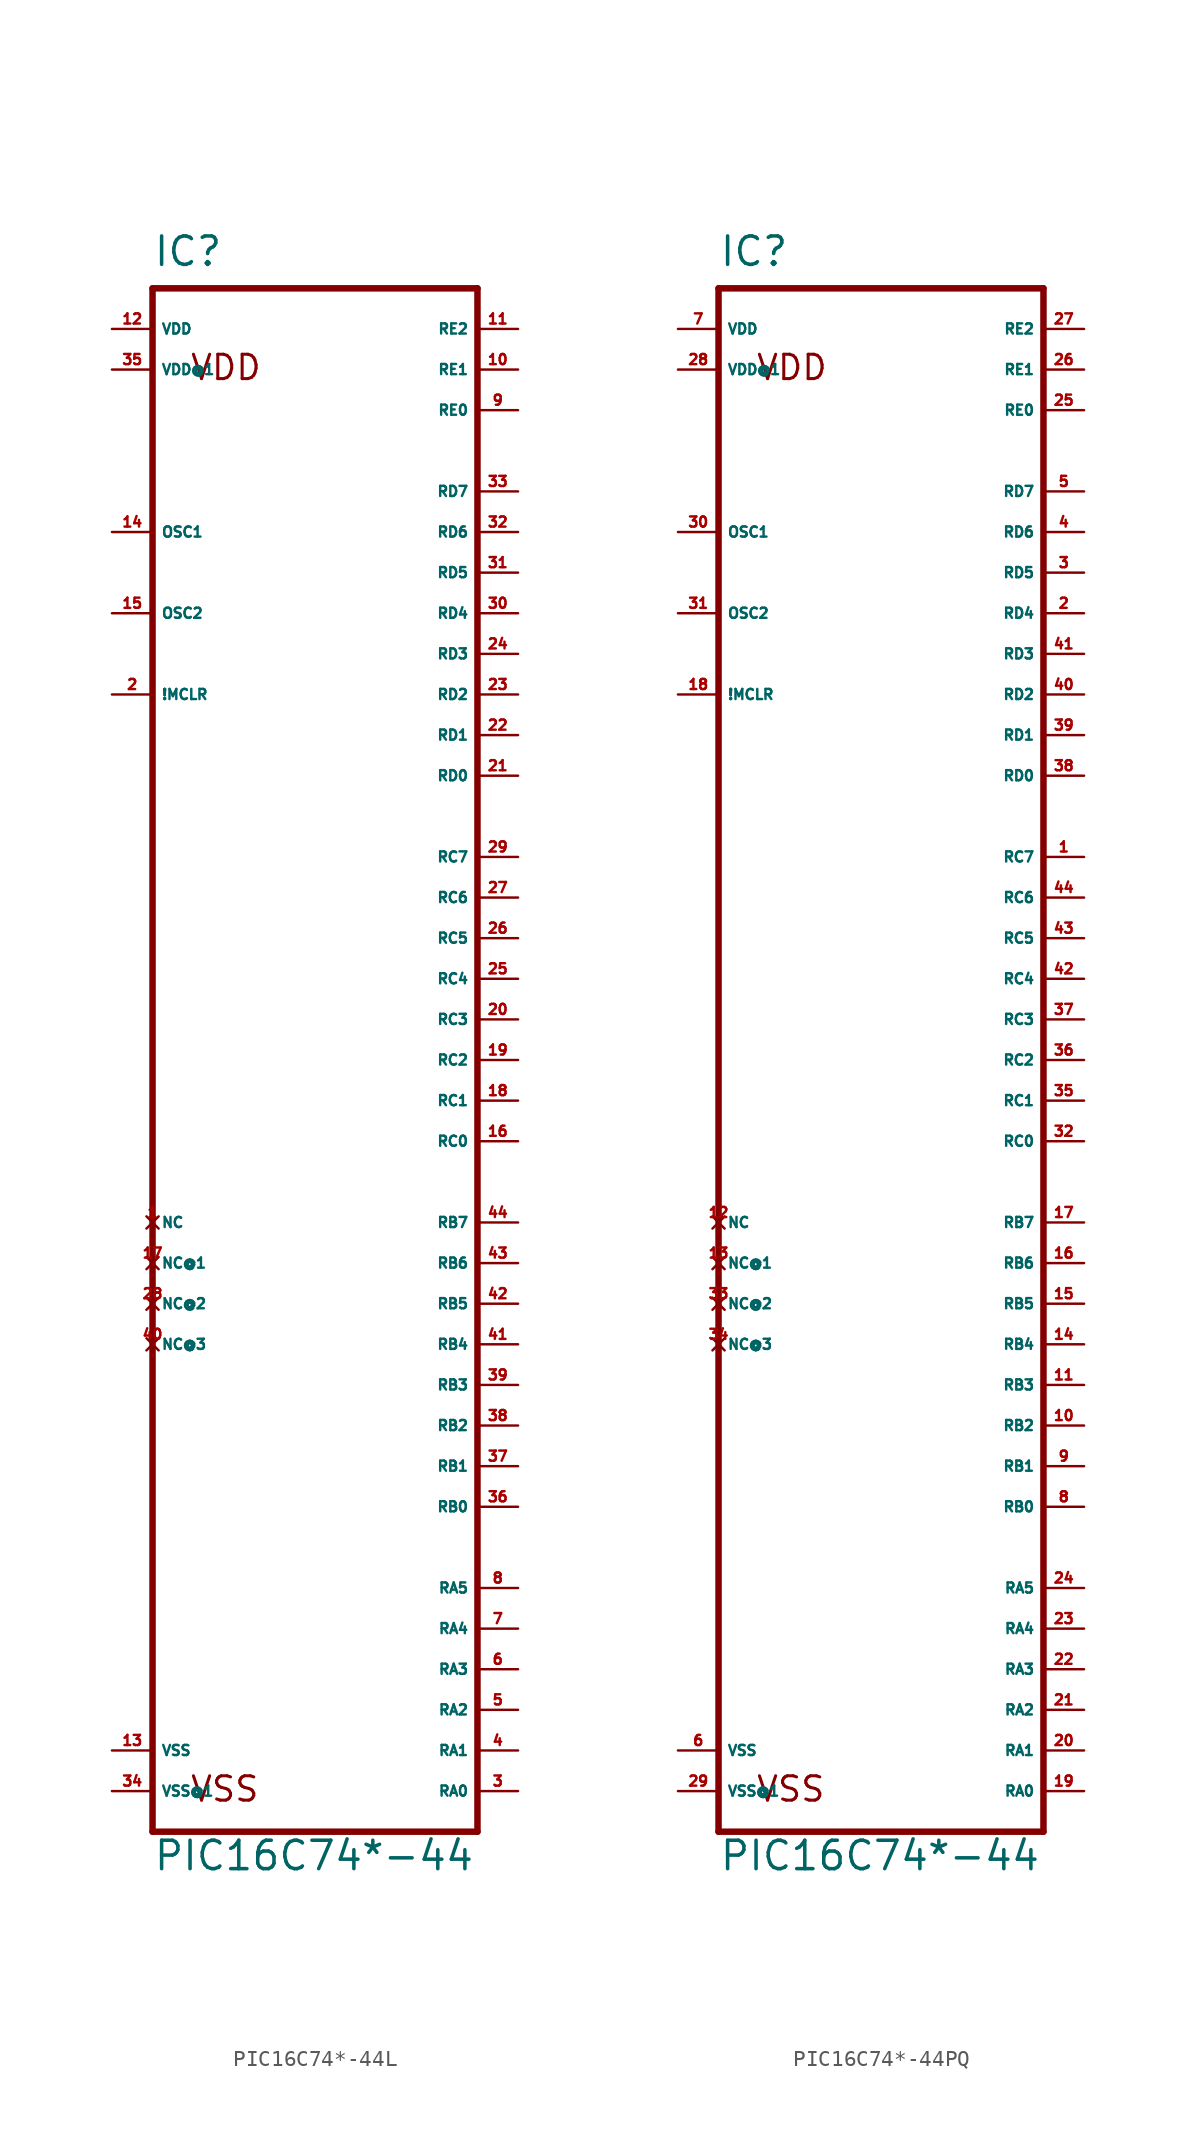
<source format=kicad_sym>
(kicad_symbol_lib
  (version 20220914)
  (generator Eagle2Kicad)
  (symbol "PIC16C74*-44L"
    (property "Reference" "IC"
      (at -10.16 44.45 0)
      (effects (font (size 1.778 1.778) (thickness 0.22)) (justify left bottom)))
    (property "Value" "PIC16C74*-44"
      (at -10.16 -55.88 0)
      (effects (font (size 1.778 1.778) (thickness 0.22)) (justify left bottom)))
    (polyline
      (pts (xy -10.16 -53.34) (xy 10.16 -53.34))
      (stroke (width 0.406) (type default))
      (fill (type none)))
    (polyline
      (pts (xy 10.16 -53.34) (xy 10.16 43.18))
      (stroke (width 0.406) (type default))
      (fill (type none)))
    (polyline
      (pts (xy 10.16 43.18) (xy -10.16 43.18))
      (stroke (width 0.406) (type default))
      (fill (type none)))
    (polyline
      (pts (xy -10.16 43.18) (xy -10.16 -53.34))
      (stroke (width 0.406) (type default))
      (fill (type none)))
    (text "VDD"
      (at -7.874 37.338 0)
      (effects (font (size 1.524 1.524) (thickness 0.19)) (justify left bottom)))
    (text "VSS"
      (at -7.874 -51.562 0)
      (effects (font (size 1.524 1.524) (thickness 0.19)) (justify left bottom)))
    (pin input line
      (at -12.7 17.78 0)
      (length 2.54)
      (name "!MCLR" (effects (font (size 0.635 0.635) (thickness 0.08)) (justify left bottom)))
      (number "2" (effects (font (size 0.635 0.635) (thickness 0.08)) (justify left bottom))))
    (pin input line
      (at -12.7 27.94 0)
      (length 2.54)
      (name "OSC1" (effects (font (size 0.635 0.635) (thickness 0.08)) (justify left bottom)))
      (number "14" (effects (font (size 0.635 0.635) (thickness 0.08)) (justify left bottom))))
    (pin bidirectional line
      (at 12.7 -50.8 180)
      (length 2.54)
      (name "RA0" (effects (font (size 0.635 0.635) (thickness 0.08)) (justify left bottom)))
      (number "3" (effects (font (size 0.635 0.635) (thickness 0.08)) (justify left bottom))))
    (pin bidirectional line
      (at 12.7 -48.26 180)
      (length 2.54)
      (name "RA1" (effects (font (size 0.635 0.635) (thickness 0.08)) (justify left bottom)))
      (number "4" (effects (font (size 0.635 0.635) (thickness 0.08)) (justify left bottom))))
    (pin bidirectional line
      (at 12.7 -45.72 180)
      (length 2.54)
      (name "RA2" (effects (font (size 0.635 0.635) (thickness 0.08)) (justify left bottom)))
      (number "5" (effects (font (size 0.635 0.635) (thickness 0.08)) (justify left bottom))))
    (pin bidirectional line
      (at 12.7 -43.18 180)
      (length 2.54)
      (name "RA3" (effects (font (size 0.635 0.635) (thickness 0.08)) (justify left bottom)))
      (number "6" (effects (font (size 0.635 0.635) (thickness 0.08)) (justify left bottom))))
    (pin bidirectional line
      (at 12.7 -30.48 180)
      (length 2.54)
      (name "RB1" (effects (font (size 0.635 0.635) (thickness 0.08)) (justify left bottom)))
      (number "37" (effects (font (size 0.635 0.635) (thickness 0.08)) (justify left bottom))))
    (pin bidirectional line
      (at 12.7 -27.94 180)
      (length 2.54)
      (name "RB2" (effects (font (size 0.635 0.635) (thickness 0.08)) (justify left bottom)))
      (number "38" (effects (font (size 0.635 0.635) (thickness 0.08)) (justify left bottom))))
    (pin bidirectional line
      (at 12.7 -25.4 180)
      (length 2.54)
      (name "RB3" (effects (font (size 0.635 0.635) (thickness 0.08)) (justify left bottom)))
      (number "39" (effects (font (size 0.635 0.635) (thickness 0.08)) (justify left bottom))))
    (pin bidirectional line
      (at 12.7 -38.1 180)
      (length 2.54)
      (name "RA5" (effects (font (size 0.635 0.635) (thickness 0.08)) (justify left bottom)))
      (number "8" (effects (font (size 0.635 0.635) (thickness 0.08)) (justify left bottom))))
    (pin bidirectional line
      (at 12.7 -22.86 180)
      (length 2.54)
      (name "RB4" (effects (font (size 0.635 0.635) (thickness 0.08)) (justify left bottom)))
      (number "41" (effects (font (size 0.635 0.635) (thickness 0.08)) (justify left bottom))))
    (pin bidirectional line
      (at 12.7 -20.32 180)
      (length 2.54)
      (name "RB5" (effects (font (size 0.635 0.635) (thickness 0.08)) (justify left bottom)))
      (number "42" (effects (font (size 0.635 0.635) (thickness 0.08)) (justify left bottom))))
    (pin bidirectional line
      (at 12.7 -17.78 180)
      (length 2.54)
      (name "RB6" (effects (font (size 0.635 0.635) (thickness 0.08)) (justify left bottom)))
      (number "43" (effects (font (size 0.635 0.635) (thickness 0.08)) (justify left bottom))))
    (pin bidirectional line
      (at 12.7 -15.24 180)
      (length 2.54)
      (name "RB7" (effects (font (size 0.635 0.635) (thickness 0.08)) (justify left bottom)))
      (number "44" (effects (font (size 0.635 0.635) (thickness 0.08)) (justify left bottom))))
    (pin bidirectional line
      (at 12.7 -10.16 180)
      (length 2.54)
      (name "RC0" (effects (font (size 0.635 0.635) (thickness 0.08)) (justify left bottom)))
      (number "16" (effects (font (size 0.635 0.635) (thickness 0.08)) (justify left bottom))))
    (pin bidirectional line
      (at 12.7 -7.62 180)
      (length 2.54)
      (name "RC1" (effects (font (size 0.635 0.635) (thickness 0.08)) (justify left bottom)))
      (number "18" (effects (font (size 0.635 0.635) (thickness 0.08)) (justify left bottom))))
    (pin bidirectional line
      (at 12.7 -5.08 180)
      (length 2.54)
      (name "RC2" (effects (font (size 0.635 0.635) (thickness 0.08)) (justify left bottom)))
      (number "19" (effects (font (size 0.635 0.635) (thickness 0.08)) (justify left bottom))))
    (pin bidirectional line
      (at 12.7 -2.54 180)
      (length 2.54)
      (name "RC3" (effects (font (size 0.635 0.635) (thickness 0.08)) (justify left bottom)))
      (number "20" (effects (font (size 0.635 0.635) (thickness 0.08)) (justify left bottom))))
    (pin bidirectional line
      (at 12.7 12.7 180)
      (length 2.54)
      (name "RD0" (effects (font (size 0.635 0.635) (thickness 0.08)) (justify left bottom)))
      (number "21" (effects (font (size 0.635 0.635) (thickness 0.08)) (justify left bottom))))
    (pin bidirectional line
      (at 12.7 15.24 180)
      (length 2.54)
      (name "RD1" (effects (font (size 0.635 0.635) (thickness 0.08)) (justify left bottom)))
      (number "22" (effects (font (size 0.635 0.635) (thickness 0.08)) (justify left bottom))))
    (pin bidirectional line
      (at 12.7 17.78 180)
      (length 2.54)
      (name "RD2" (effects (font (size 0.635 0.635) (thickness 0.08)) (justify left bottom)))
      (number "23" (effects (font (size 0.635 0.635) (thickness 0.08)) (justify left bottom))))
    (pin bidirectional line
      (at 12.7 20.32 180)
      (length 2.54)
      (name "RD3" (effects (font (size 0.635 0.635) (thickness 0.08)) (justify left bottom)))
      (number "24" (effects (font (size 0.635 0.635) (thickness 0.08)) (justify left bottom))))
    (pin bidirectional line
      (at 12.7 22.86 180)
      (length 2.54)
      (name "RD4" (effects (font (size 0.635 0.635) (thickness 0.08)) (justify left bottom)))
      (number "30" (effects (font (size 0.635 0.635) (thickness 0.08)) (justify left bottom))))
    (pin bidirectional line
      (at 12.7 25.4 180)
      (length 2.54)
      (name "RD5" (effects (font (size 0.635 0.635) (thickness 0.08)) (justify left bottom)))
      (number "31" (effects (font (size 0.635 0.635) (thickness 0.08)) (justify left bottom))))
    (pin bidirectional line
      (at 12.7 27.94 180)
      (length 2.54)
      (name "RD6" (effects (font (size 0.635 0.635) (thickness 0.08)) (justify left bottom)))
      (number "32" (effects (font (size 0.635 0.635) (thickness 0.08)) (justify left bottom))))
    (pin bidirectional line
      (at 12.7 30.48 180)
      (length 2.54)
      (name "RD7" (effects (font (size 0.635 0.635) (thickness 0.08)) (justify left bottom)))
      (number "33" (effects (font (size 0.635 0.635) (thickness 0.08)) (justify left bottom))))
    (pin bidirectional line
      (at 12.7 35.56 180)
      (length 2.54)
      (name "RE0" (effects (font (size 0.635 0.635) (thickness 0.08)) (justify left bottom)))
      (number "9" (effects (font (size 0.635 0.635) (thickness 0.08)) (justify left bottom))))
    (pin bidirectional line
      (at 12.7 38.1 180)
      (length 2.54)
      (name "RE1" (effects (font (size 0.635 0.635) (thickness 0.08)) (justify left bottom)))
      (number "10" (effects (font (size 0.635 0.635) (thickness 0.08)) (justify left bottom))))
    (pin bidirectional line
      (at 12.7 40.64 180)
      (length 2.54)
      (name "RE2" (effects (font (size 0.635 0.635) (thickness 0.08)) (justify left bottom)))
      (number "11" (effects (font (size 0.635 0.635) (thickness 0.08)) (justify left bottom))))
    (pin no_connect line
      (at -10.16 -15.24 0)
      (length 0)
      (name "NC" (effects (font (size 0.635 0.635) (thickness 0.08)) (justify left bottom) hide))
      (number "1" (effects (font (size 0.635 0.635) (thickness 0.08)) (justify left bottom) hide)))
    (pin no_connect line
      (at -10.16 -17.78 0)
      (length 0)
      (name "NC@1" (effects (font (size 0.635 0.635) (thickness 0.08)) (justify left bottom) hide))
      (number "17" (effects (font (size 0.635 0.635) (thickness 0.08)) (justify left bottom) hide)))
    (pin no_connect line
      (at -10.16 -20.32 0)
      (length 0)
      (name "NC@2" (effects (font (size 0.635 0.635) (thickness 0.08)) (justify left bottom) hide))
      (number "28" (effects (font (size 0.635 0.635) (thickness 0.08)) (justify left bottom) hide)))
    (pin no_connect line
      (at -10.16 -22.86 0)
      (length 0)
      (name "NC@3" (effects (font (size 0.635 0.635) (thickness 0.08)) (justify left bottom) hide))
      (number "40" (effects (font (size 0.635 0.635) (thickness 0.08)) (justify left bottom) hide)))
    (pin unspecified line
      (at -12.7 40.64 0)
      (length 2.54)
      (name "VDD" (effects (font (size 0.635 0.635) (thickness 0.08)) (justify left bottom)))
      (number "12" (effects (font (size 0.635 0.635) (thickness 0.08)) (justify left bottom))))
    (pin unspecified line
      (at -12.7 38.1 0)
      (length 2.54)
      (name "VDD@1" (effects (font (size 0.635 0.635) (thickness 0.08)) (justify left bottom)))
      (number "35" (effects (font (size 0.635 0.635) (thickness 0.08)) (justify left bottom))))
    (pin unspecified line
      (at -12.7 -48.26 0)
      (length 2.54)
      (name "VSS" (effects (font (size 0.635 0.635) (thickness 0.08)) (justify left bottom)))
      (number "13" (effects (font (size 0.635 0.635) (thickness 0.08)) (justify left bottom))))
    (pin unspecified line
      (at -12.7 -50.8 0)
      (length 2.54)
      (name "VSS@1" (effects (font (size 0.635 0.635) (thickness 0.08)) (justify left bottom)))
      (number "34" (effects (font (size 0.635 0.635) (thickness 0.08)) (justify left bottom))))
    (pin bidirectional line
      (at 12.7 0 180)
      (length 2.54)
      (name "RC4" (effects (font (size 0.635 0.635) (thickness 0.08)) (justify left bottom)))
      (number "25" (effects (font (size 0.635 0.635) (thickness 0.08)) (justify left bottom))))
    (pin bidirectional line
      (at 12.7 2.54 180)
      (length 2.54)
      (name "RC5" (effects (font (size 0.635 0.635) (thickness 0.08)) (justify left bottom)))
      (number "26" (effects (font (size 0.635 0.635) (thickness 0.08)) (justify left bottom))))
    (pin bidirectional line
      (at 12.7 5.08 180)
      (length 2.54)
      (name "RC6" (effects (font (size 0.635 0.635) (thickness 0.08)) (justify left bottom)))
      (number "27" (effects (font (size 0.635 0.635) (thickness 0.08)) (justify left bottom))))
    (pin bidirectional line
      (at 12.7 7.62 180)
      (length 2.54)
      (name "RC7" (effects (font (size 0.635 0.635) (thickness 0.08)) (justify left bottom)))
      (number "29" (effects (font (size 0.635 0.635) (thickness 0.08)) (justify left bottom))))
    (pin output line
      (at -12.7 22.86 0)
      (length 2.54)
      (name "OSC2" (effects (font (size 0.635 0.635) (thickness 0.08)) (justify left bottom)))
      (number "15" (effects (font (size 0.635 0.635) (thickness 0.08)) (justify left bottom))))
    (pin bidirectional line
      (at 12.7 -33.02 180)
      (length 2.54)
      (name "RB0" (effects (font (size 0.635 0.635) (thickness 0.08)) (justify left bottom)))
      (number "36" (effects (font (size 0.635 0.635) (thickness 0.08)) (justify left bottom))))
    (pin bidirectional line
      (at 12.7 -40.64 180)
      (length 2.54)
      (name "RA4" (effects (font (size 0.635 0.635) (thickness 0.08)) (justify left bottom)))
      (number "7" (effects (font (size 0.635 0.635) (thickness 0.08)) (justify left bottom)))))
  (symbol "PIC16C74*-44PQ"
    (property "Reference" "IC"
      (at -10.16 44.45 0)
      (effects (font (size 1.778 1.778) (thickness 0.22)) (justify left bottom)))
    (property "Value" "PIC16C74*-44"
      (at -10.16 -55.88 0)
      (effects (font (size 1.778 1.778) (thickness 0.22)) (justify left bottom)))
    (polyline
      (pts (xy -10.16 -53.34) (xy 10.16 -53.34))
      (stroke (width 0.406) (type default))
      (fill (type none)))
    (polyline
      (pts (xy 10.16 -53.34) (xy 10.16 43.18))
      (stroke (width 0.406) (type default))
      (fill (type none)))
    (polyline
      (pts (xy 10.16 43.18) (xy -10.16 43.18))
      (stroke (width 0.406) (type default))
      (fill (type none)))
    (polyline
      (pts (xy -10.16 43.18) (xy -10.16 -53.34))
      (stroke (width 0.406) (type default))
      (fill (type none)))
    (text "VDD"
      (at -7.874 37.338 0)
      (effects (font (size 1.524 1.524) (thickness 0.19)) (justify left bottom)))
    (text "VSS"
      (at -7.874 -51.562 0)
      (effects (font (size 1.524 1.524) (thickness 0.19)) (justify left bottom)))
    (pin input line
      (at -12.7 17.78 0)
      (length 2.54)
      (name "!MCLR" (effects (font (size 0.635 0.635) (thickness 0.08)) (justify left bottom)))
      (number "18" (effects (font (size 0.635 0.635) (thickness 0.08)) (justify left bottom))))
    (pin input line
      (at -12.7 27.94 0)
      (length 2.54)
      (name "OSC1" (effects (font (size 0.635 0.635) (thickness 0.08)) (justify left bottom)))
      (number "30" (effects (font (size 0.635 0.635) (thickness 0.08)) (justify left bottom))))
    (pin bidirectional line
      (at 12.7 -50.8 180)
      (length 2.54)
      (name "RA0" (effects (font (size 0.635 0.635) (thickness 0.08)) (justify left bottom)))
      (number "19" (effects (font (size 0.635 0.635) (thickness 0.08)) (justify left bottom))))
    (pin bidirectional line
      (at 12.7 -48.26 180)
      (length 2.54)
      (name "RA1" (effects (font (size 0.635 0.635) (thickness 0.08)) (justify left bottom)))
      (number "20" (effects (font (size 0.635 0.635) (thickness 0.08)) (justify left bottom))))
    (pin bidirectional line
      (at 12.7 -45.72 180)
      (length 2.54)
      (name "RA2" (effects (font (size 0.635 0.635) (thickness 0.08)) (justify left bottom)))
      (number "21" (effects (font (size 0.635 0.635) (thickness 0.08)) (justify left bottom))))
    (pin bidirectional line
      (at 12.7 -43.18 180)
      (length 2.54)
      (name "RA3" (effects (font (size 0.635 0.635) (thickness 0.08)) (justify left bottom)))
      (number "22" (effects (font (size 0.635 0.635) (thickness 0.08)) (justify left bottom))))
    (pin bidirectional line
      (at 12.7 -30.48 180)
      (length 2.54)
      (name "RB1" (effects (font (size 0.635 0.635) (thickness 0.08)) (justify left bottom)))
      (number "9" (effects (font (size 0.635 0.635) (thickness 0.08)) (justify left bottom))))
    (pin bidirectional line
      (at 12.7 -27.94 180)
      (length 2.54)
      (name "RB2" (effects (font (size 0.635 0.635) (thickness 0.08)) (justify left bottom)))
      (number "10" (effects (font (size 0.635 0.635) (thickness 0.08)) (justify left bottom))))
    (pin bidirectional line
      (at 12.7 -25.4 180)
      (length 2.54)
      (name "RB3" (effects (font (size 0.635 0.635) (thickness 0.08)) (justify left bottom)))
      (number "11" (effects (font (size 0.635 0.635) (thickness 0.08)) (justify left bottom))))
    (pin bidirectional line
      (at 12.7 -38.1 180)
      (length 2.54)
      (name "RA5" (effects (font (size 0.635 0.635) (thickness 0.08)) (justify left bottom)))
      (number "24" (effects (font (size 0.635 0.635) (thickness 0.08)) (justify left bottom))))
    (pin bidirectional line
      (at 12.7 -22.86 180)
      (length 2.54)
      (name "RB4" (effects (font (size 0.635 0.635) (thickness 0.08)) (justify left bottom)))
      (number "14" (effects (font (size 0.635 0.635) (thickness 0.08)) (justify left bottom))))
    (pin bidirectional line
      (at 12.7 -20.32 180)
      (length 2.54)
      (name "RB5" (effects (font (size 0.635 0.635) (thickness 0.08)) (justify left bottom)))
      (number "15" (effects (font (size 0.635 0.635) (thickness 0.08)) (justify left bottom))))
    (pin bidirectional line
      (at 12.7 -17.78 180)
      (length 2.54)
      (name "RB6" (effects (font (size 0.635 0.635) (thickness 0.08)) (justify left bottom)))
      (number "16" (effects (font (size 0.635 0.635) (thickness 0.08)) (justify left bottom))))
    (pin bidirectional line
      (at 12.7 -15.24 180)
      (length 2.54)
      (name "RB7" (effects (font (size 0.635 0.635) (thickness 0.08)) (justify left bottom)))
      (number "17" (effects (font (size 0.635 0.635) (thickness 0.08)) (justify left bottom))))
    (pin bidirectional line
      (at 12.7 -10.16 180)
      (length 2.54)
      (name "RC0" (effects (font (size 0.635 0.635) (thickness 0.08)) (justify left bottom)))
      (number "32" (effects (font (size 0.635 0.635) (thickness 0.08)) (justify left bottom))))
    (pin bidirectional line
      (at 12.7 -7.62 180)
      (length 2.54)
      (name "RC1" (effects (font (size 0.635 0.635) (thickness 0.08)) (justify left bottom)))
      (number "35" (effects (font (size 0.635 0.635) (thickness 0.08)) (justify left bottom))))
    (pin bidirectional line
      (at 12.7 -5.08 180)
      (length 2.54)
      (name "RC2" (effects (font (size 0.635 0.635) (thickness 0.08)) (justify left bottom)))
      (number "36" (effects (font (size 0.635 0.635) (thickness 0.08)) (justify left bottom))))
    (pin bidirectional line
      (at 12.7 -2.54 180)
      (length 2.54)
      (name "RC3" (effects (font (size 0.635 0.635) (thickness 0.08)) (justify left bottom)))
      (number "37" (effects (font (size 0.635 0.635) (thickness 0.08)) (justify left bottom))))
    (pin bidirectional line
      (at 12.7 12.7 180)
      (length 2.54)
      (name "RD0" (effects (font (size 0.635 0.635) (thickness 0.08)) (justify left bottom)))
      (number "38" (effects (font (size 0.635 0.635) (thickness 0.08)) (justify left bottom))))
    (pin bidirectional line
      (at 12.7 15.24 180)
      (length 2.54)
      (name "RD1" (effects (font (size 0.635 0.635) (thickness 0.08)) (justify left bottom)))
      (number "39" (effects (font (size 0.635 0.635) (thickness 0.08)) (justify left bottom))))
    (pin bidirectional line
      (at 12.7 17.78 180)
      (length 2.54)
      (name "RD2" (effects (font (size 0.635 0.635) (thickness 0.08)) (justify left bottom)))
      (number "40" (effects (font (size 0.635 0.635) (thickness 0.08)) (justify left bottom))))
    (pin bidirectional line
      (at 12.7 20.32 180)
      (length 2.54)
      (name "RD3" (effects (font (size 0.635 0.635) (thickness 0.08)) (justify left bottom)))
      (number "41" (effects (font (size 0.635 0.635) (thickness 0.08)) (justify left bottom))))
    (pin bidirectional line
      (at 12.7 22.86 180)
      (length 2.54)
      (name "RD4" (effects (font (size 0.635 0.635) (thickness 0.08)) (justify left bottom)))
      (number "2" (effects (font (size 0.635 0.635) (thickness 0.08)) (justify left bottom))))
    (pin bidirectional line
      (at 12.7 25.4 180)
      (length 2.54)
      (name "RD5" (effects (font (size 0.635 0.635) (thickness 0.08)) (justify left bottom)))
      (number "3" (effects (font (size 0.635 0.635) (thickness 0.08)) (justify left bottom))))
    (pin bidirectional line
      (at 12.7 27.94 180)
      (length 2.54)
      (name "RD6" (effects (font (size 0.635 0.635) (thickness 0.08)) (justify left bottom)))
      (number "4" (effects (font (size 0.635 0.635) (thickness 0.08)) (justify left bottom))))
    (pin bidirectional line
      (at 12.7 30.48 180)
      (length 2.54)
      (name "RD7" (effects (font (size 0.635 0.635) (thickness 0.08)) (justify left bottom)))
      (number "5" (effects (font (size 0.635 0.635) (thickness 0.08)) (justify left bottom))))
    (pin bidirectional line
      (at 12.7 35.56 180)
      (length 2.54)
      (name "RE0" (effects (font (size 0.635 0.635) (thickness 0.08)) (justify left bottom)))
      (number "25" (effects (font (size 0.635 0.635) (thickness 0.08)) (justify left bottom))))
    (pin bidirectional line
      (at 12.7 38.1 180)
      (length 2.54)
      (name "RE1" (effects (font (size 0.635 0.635) (thickness 0.08)) (justify left bottom)))
      (number "26" (effects (font (size 0.635 0.635) (thickness 0.08)) (justify left bottom))))
    (pin bidirectional line
      (at 12.7 40.64 180)
      (length 2.54)
      (name "RE2" (effects (font (size 0.635 0.635) (thickness 0.08)) (justify left bottom)))
      (number "27" (effects (font (size 0.635 0.635) (thickness 0.08)) (justify left bottom))))
    (pin no_connect line
      (at -10.16 -15.24 0)
      (length 0)
      (name "NC" (effects (font (size 0.635 0.635) (thickness 0.08)) (justify left bottom) hide))
      (number "12" (effects (font (size 0.635 0.635) (thickness 0.08)) (justify left bottom) hide)))
    (pin no_connect line
      (at -10.16 -17.78 0)
      (length 0)
      (name "NC@1" (effects (font (size 0.635 0.635) (thickness 0.08)) (justify left bottom) hide))
      (number "13" (effects (font (size 0.635 0.635) (thickness 0.08)) (justify left bottom) hide)))
    (pin no_connect line
      (at -10.16 -20.32 0)
      (length 0)
      (name "NC@2" (effects (font (size 0.635 0.635) (thickness 0.08)) (justify left bottom) hide))
      (number "33" (effects (font (size 0.635 0.635) (thickness 0.08)) (justify left bottom) hide)))
    (pin no_connect line
      (at -10.16 -22.86 0)
      (length 0)
      (name "NC@3" (effects (font (size 0.635 0.635) (thickness 0.08)) (justify left bottom) hide))
      (number "34" (effects (font (size 0.635 0.635) (thickness 0.08)) (justify left bottom) hide)))
    (pin unspecified line
      (at -12.7 40.64 0)
      (length 2.54)
      (name "VDD" (effects (font (size 0.635 0.635) (thickness 0.08)) (justify left bottom)))
      (number "7" (effects (font (size 0.635 0.635) (thickness 0.08)) (justify left bottom))))
    (pin unspecified line
      (at -12.7 38.1 0)
      (length 2.54)
      (name "VDD@1" (effects (font (size 0.635 0.635) (thickness 0.08)) (justify left bottom)))
      (number "28" (effects (font (size 0.635 0.635) (thickness 0.08)) (justify left bottom))))
    (pin unspecified line
      (at -12.7 -48.26 0)
      (length 2.54)
      (name "VSS" (effects (font (size 0.635 0.635) (thickness 0.08)) (justify left bottom)))
      (number "6" (effects (font (size 0.635 0.635) (thickness 0.08)) (justify left bottom))))
    (pin unspecified line
      (at -12.7 -50.8 0)
      (length 2.54)
      (name "VSS@1" (effects (font (size 0.635 0.635) (thickness 0.08)) (justify left bottom)))
      (number "29" (effects (font (size 0.635 0.635) (thickness 0.08)) (justify left bottom))))
    (pin bidirectional line
      (at 12.7 0 180)
      (length 2.54)
      (name "RC4" (effects (font (size 0.635 0.635) (thickness 0.08)) (justify left bottom)))
      (number "42" (effects (font (size 0.635 0.635) (thickness 0.08)) (justify left bottom))))
    (pin bidirectional line
      (at 12.7 2.54 180)
      (length 2.54)
      (name "RC5" (effects (font (size 0.635 0.635) (thickness 0.08)) (justify left bottom)))
      (number "43" (effects (font (size 0.635 0.635) (thickness 0.08)) (justify left bottom))))
    (pin bidirectional line
      (at 12.7 5.08 180)
      (length 2.54)
      (name "RC6" (effects (font (size 0.635 0.635) (thickness 0.08)) (justify left bottom)))
      (number "44" (effects (font (size 0.635 0.635) (thickness 0.08)) (justify left bottom))))
    (pin bidirectional line
      (at 12.7 7.62 180)
      (length 2.54)
      (name "RC7" (effects (font (size 0.635 0.635) (thickness 0.08)) (justify left bottom)))
      (number "1" (effects (font (size 0.635 0.635) (thickness 0.08)) (justify left bottom))))
    (pin output line
      (at -12.7 22.86 0)
      (length 2.54)
      (name "OSC2" (effects (font (size 0.635 0.635) (thickness 0.08)) (justify left bottom)))
      (number "31" (effects (font (size 0.635 0.635) (thickness 0.08)) (justify left bottom))))
    (pin bidirectional line
      (at 12.7 -33.02 180)
      (length 2.54)
      (name "RB0" (effects (font (size 0.635 0.635) (thickness 0.08)) (justify left bottom)))
      (number "8" (effects (font (size 0.635 0.635) (thickness 0.08)) (justify left bottom))))
    (pin bidirectional line
      (at 12.7 -40.64 180)
      (length 2.54)
      (name "RA4" (effects (font (size 0.635 0.635) (thickness 0.08)) (justify left bottom)))
      (number "23" (effects (font (size 0.635 0.635) (thickness 0.08)) (justify left bottom))))))
</source>
